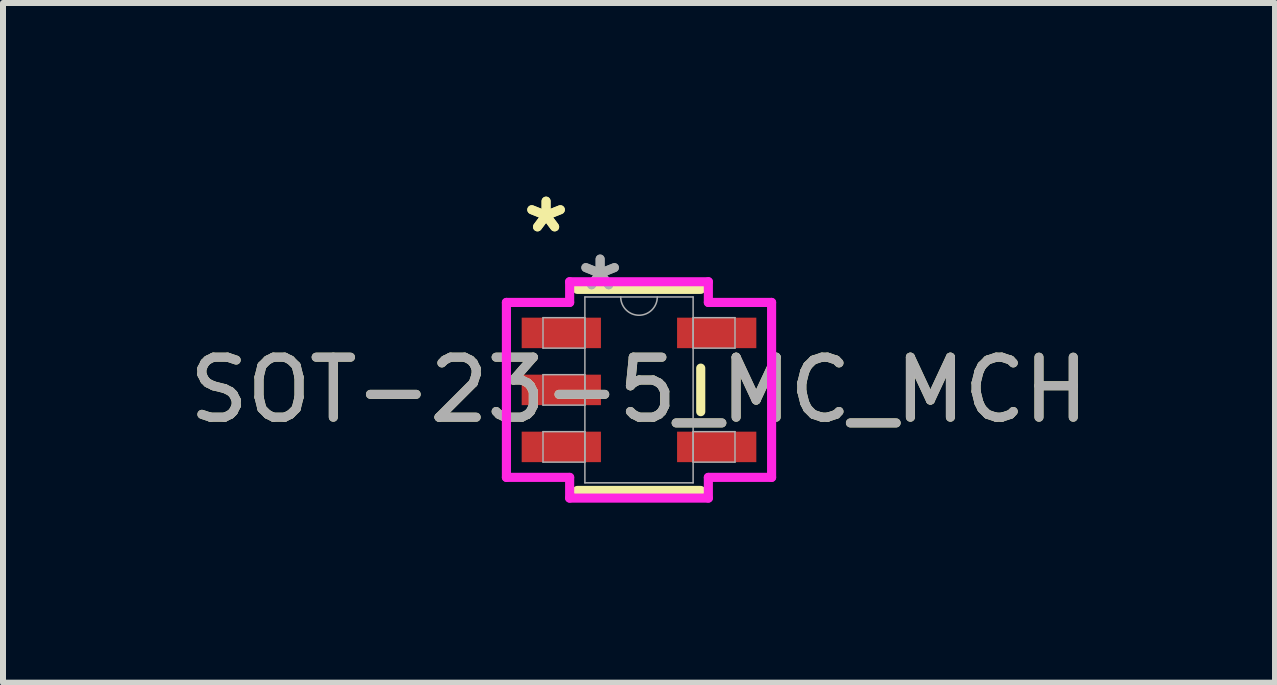
<source format=kicad_pcb>
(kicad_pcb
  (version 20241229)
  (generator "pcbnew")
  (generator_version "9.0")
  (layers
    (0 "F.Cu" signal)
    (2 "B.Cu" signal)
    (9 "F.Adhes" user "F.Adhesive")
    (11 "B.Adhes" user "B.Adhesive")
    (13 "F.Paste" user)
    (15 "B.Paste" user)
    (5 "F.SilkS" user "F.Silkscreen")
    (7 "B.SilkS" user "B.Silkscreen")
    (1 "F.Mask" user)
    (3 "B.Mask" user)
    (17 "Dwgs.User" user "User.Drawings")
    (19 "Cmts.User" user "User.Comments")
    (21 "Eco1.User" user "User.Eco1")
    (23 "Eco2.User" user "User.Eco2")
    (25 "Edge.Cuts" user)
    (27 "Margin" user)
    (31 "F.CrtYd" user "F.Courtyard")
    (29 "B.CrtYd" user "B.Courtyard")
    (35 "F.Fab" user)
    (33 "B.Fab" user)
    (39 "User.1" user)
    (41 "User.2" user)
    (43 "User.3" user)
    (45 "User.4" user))
  (footprint "SOT-23-5_MC_MCH"
    (layer "F.Cu")
    (at 7.601 3.449)
    (property "Reference" "SOT-23-5_MC_MCH" (at 0 0 0) (unlocked yes) (layer "F.SilkS") (effects (font (size 1 1) (thickness 0.15))))
    (attr smd)
    (fp_line (start -1.029 1.676) (end 1.029 1.676) (stroke (width 0.152) (type solid)) (layer "F.SilkS"))
    (fp_line (start 1.029 -1.676) (end -1.029 -1.676) (stroke (width 0.152) (type solid)) (layer "F.SilkS"))
    (fp_line (start 1.029 0.363) (end 1.029 -0.363) (stroke (width 0.152) (type solid)) (layer "F.SilkS"))
    (fp_line (start -2.21 -1.458) (end -1.156 -1.458) (stroke (width 0.152) (type solid)) (layer "F.CrtYd"))
    (fp_line (start -2.21 1.458) (end -2.21 -1.458) (stroke (width 0.152) (type solid)) (layer "F.CrtYd"))
    (fp_line (start -1.156 -1.803) (end 1.156 -1.803) (stroke (width 0.152) (type solid)) (layer "F.CrtYd"))
    (fp_line (start -1.156 -1.458) (end -1.156 -1.803) (stroke (width 0.152) (type solid)) (layer "F.CrtYd"))
    (fp_line (start -1.156 1.458) (end -2.21 1.458) (stroke (width 0.152) (type solid)) (layer "F.CrtYd"))
    (fp_line (start -1.156 1.803) (end -1.156 1.458) (stroke (width 0.152) (type solid)) (layer "F.CrtYd"))
    (fp_line (start 1.156 -1.803) (end 1.156 -1.458) (stroke (width 0.152) (type solid)) (layer "F.CrtYd"))
    (fp_line (start 1.156 -1.458) (end 2.21 -1.458) (stroke (width 0.152) (type solid)) (layer "F.CrtYd"))
    (fp_line (start 1.156 1.458) (end 1.156 1.803) (stroke (width 0.152) (type solid)) (layer "F.CrtYd"))
    (fp_line (start 1.156 1.803) (end -1.156 1.803) (stroke (width 0.152) (type solid)) (layer "F.CrtYd"))
    (fp_line (start 2.21 -1.458) (end 2.21 1.458) (stroke (width 0.152) (type solid)) (layer "F.CrtYd"))
    (fp_line (start 2.21 1.458) (end 1.156 1.458) (stroke (width 0.152) (type solid)) (layer "F.CrtYd"))
    (fp_line (start -1.6 -1.204) (end -1.6 -0.696) (stroke (width 0.025) (type solid)) (layer "F.Fab"))
    (fp_line (start -1.6 -0.696) (end -0.902 -0.696) (stroke (width 0.025) (type solid)) (layer "F.Fab"))
    (fp_line (start -1.6 -0.254) (end -1.6 0.254) (stroke (width 0.025) (type solid)) (layer "F.Fab"))
    (fp_line (start -1.6 0.254) (end -0.902 0.254) (stroke (width 0.025) (type solid)) (layer "F.Fab"))
    (fp_line (start -1.6 0.696) (end -1.6 1.204) (stroke (width 0.025) (type solid)) (layer "F.Fab"))
    (fp_line (start -1.6 1.204) (end -0.902 1.204) (stroke (width 0.025) (type solid)) (layer "F.Fab"))
    (fp_line (start -0.902 -1.549) (end -0.902 1.549) (stroke (width 0.025) (type solid)) (layer "F.Fab"))
    (fp_line (start -0.902 -1.204) (end -1.6 -1.204) (stroke (width 0.025) (type solid)) (layer "F.Fab"))
    (fp_line (start -0.902 -0.696) (end -0.902 -1.204) (stroke (width 0.025) (type solid)) (layer "F.Fab"))
    (fp_line (start -0.902 -0.254) (end -1.6 -0.254) (stroke (width 0.025) (type solid)) (layer "F.Fab"))
    (fp_line (start -0.902 0.254) (end -0.902 -0.254) (stroke (width 0.025) (type solid)) (layer "F.Fab"))
    (fp_line (start -0.902 0.696) (end -1.6 0.696) (stroke (width 0.025) (type solid)) (layer "F.Fab"))
    (fp_line (start -0.902 1.204) (end -0.902 0.696) (stroke (width 0.025) (type solid)) (layer "F.Fab"))
    (fp_line (start -0.902 1.549) (end 0.902 1.549) (stroke (width 0.025) (type solid)) (layer "F.Fab"))
    (fp_line (start 0.902 -1.549) (end -0.902 -1.549) (stroke (width 0.025) (type solid)) (layer "F.Fab"))
    (fp_line (start 0.902 -1.204) (end 0.902 -0.696) (stroke (width 0.025) (type solid)) (layer "F.Fab"))
    (fp_line (start 0.902 -0.696) (end 1.6 -0.696) (stroke (width 0.025) (type solid)) (layer "F.Fab"))
    (fp_line (start 0.902 0.696) (end 0.902 1.204) (stroke (width 0.025) (type solid)) (layer "F.Fab"))
    (fp_line (start 0.902 1.204) (end 1.6 1.204) (stroke (width 0.025) (type solid)) (layer "F.Fab"))
    (fp_line (start 0.902 1.549) (end 0.902 -1.549) (stroke (width 0.025) (type solid)) (layer "F.Fab"))
    (fp_line (start 1.6 -1.204) (end 0.902 -1.204) (stroke (width 0.025) (type solid)) (layer "F.Fab"))
    (fp_line (start 1.6 -0.696) (end 1.6 -1.204) (stroke (width 0.025) (type solid)) (layer "F.Fab"))
    (fp_line (start 1.6 0.696) (end 0.902 0.696) (stroke (width 0.025) (type solid)) (layer "F.Fab"))
    (fp_line (start 1.6 1.204) (end 1.6 0.696) (stroke (width 0.025) (type solid)) (layer "F.Fab"))
    (fp_arc (start 0.3048 -1.5494) (mid 0 -1.2446) (end -0.3048 -1.5494) (stroke (width 0.0254) (type solid)) (layer "F.Fab"))
    (fp_text user "*" (at -1.549 -2.601 0) (layer "F.SilkS") (effects (font (size 1 1) (thickness 0.15))))
    (fp_text user "*" (at -1.549 -2.601 0) (unlocked yes) (layer "F.SilkS") (effects (font (size 1 1) (thickness 0.15))))
    (fp_text user "*" (at -0.648 -1.636 0) (unlocked yes) (layer "F.Fab") (effects (font (size 1 1) (thickness 0.15))))
    (fp_text user "*" (at -0.648 -1.636 0) (layer "F.Fab") (effects (font (size 1 1) (thickness 0.15))))
    (fp_text user "${REFERENCE}" (at 0 0 0) (unlocked yes) (layer "F.Fab") (effects (font (size 1 1) (thickness 0.15))))
    (pad "1" smd rect (at -1.295 -0.95) (size 1.321 0.508) (layers "F.Cu" "F.Mask" "F.Paste"))
    (pad "2" smd rect (at -1.295 0) (size 1.321 0.508) (layers "F.Cu" "F.Mask" "F.Paste"))
    (pad "3" smd rect (at -1.295 0.95) (size 1.321 0.508) (layers "F.Cu" "F.Mask" "F.Paste"))
    (pad "4" smd rect (at 1.295 0.95) (size 1.321 0.508) (layers "F.Cu" "F.Mask" "F.Paste"))
    (pad "5" smd rect (at 1.295 -0.95) (size 1.321 0.508) (layers "F.Cu" "F.Mask" "F.Paste")))
  (gr_rect
    (start -3 -3)
    (end 18.202 8.329)
    (stroke (width 0.1) (type default))
    (fill no)
    (layer "Edge.Cuts")))
</source>
